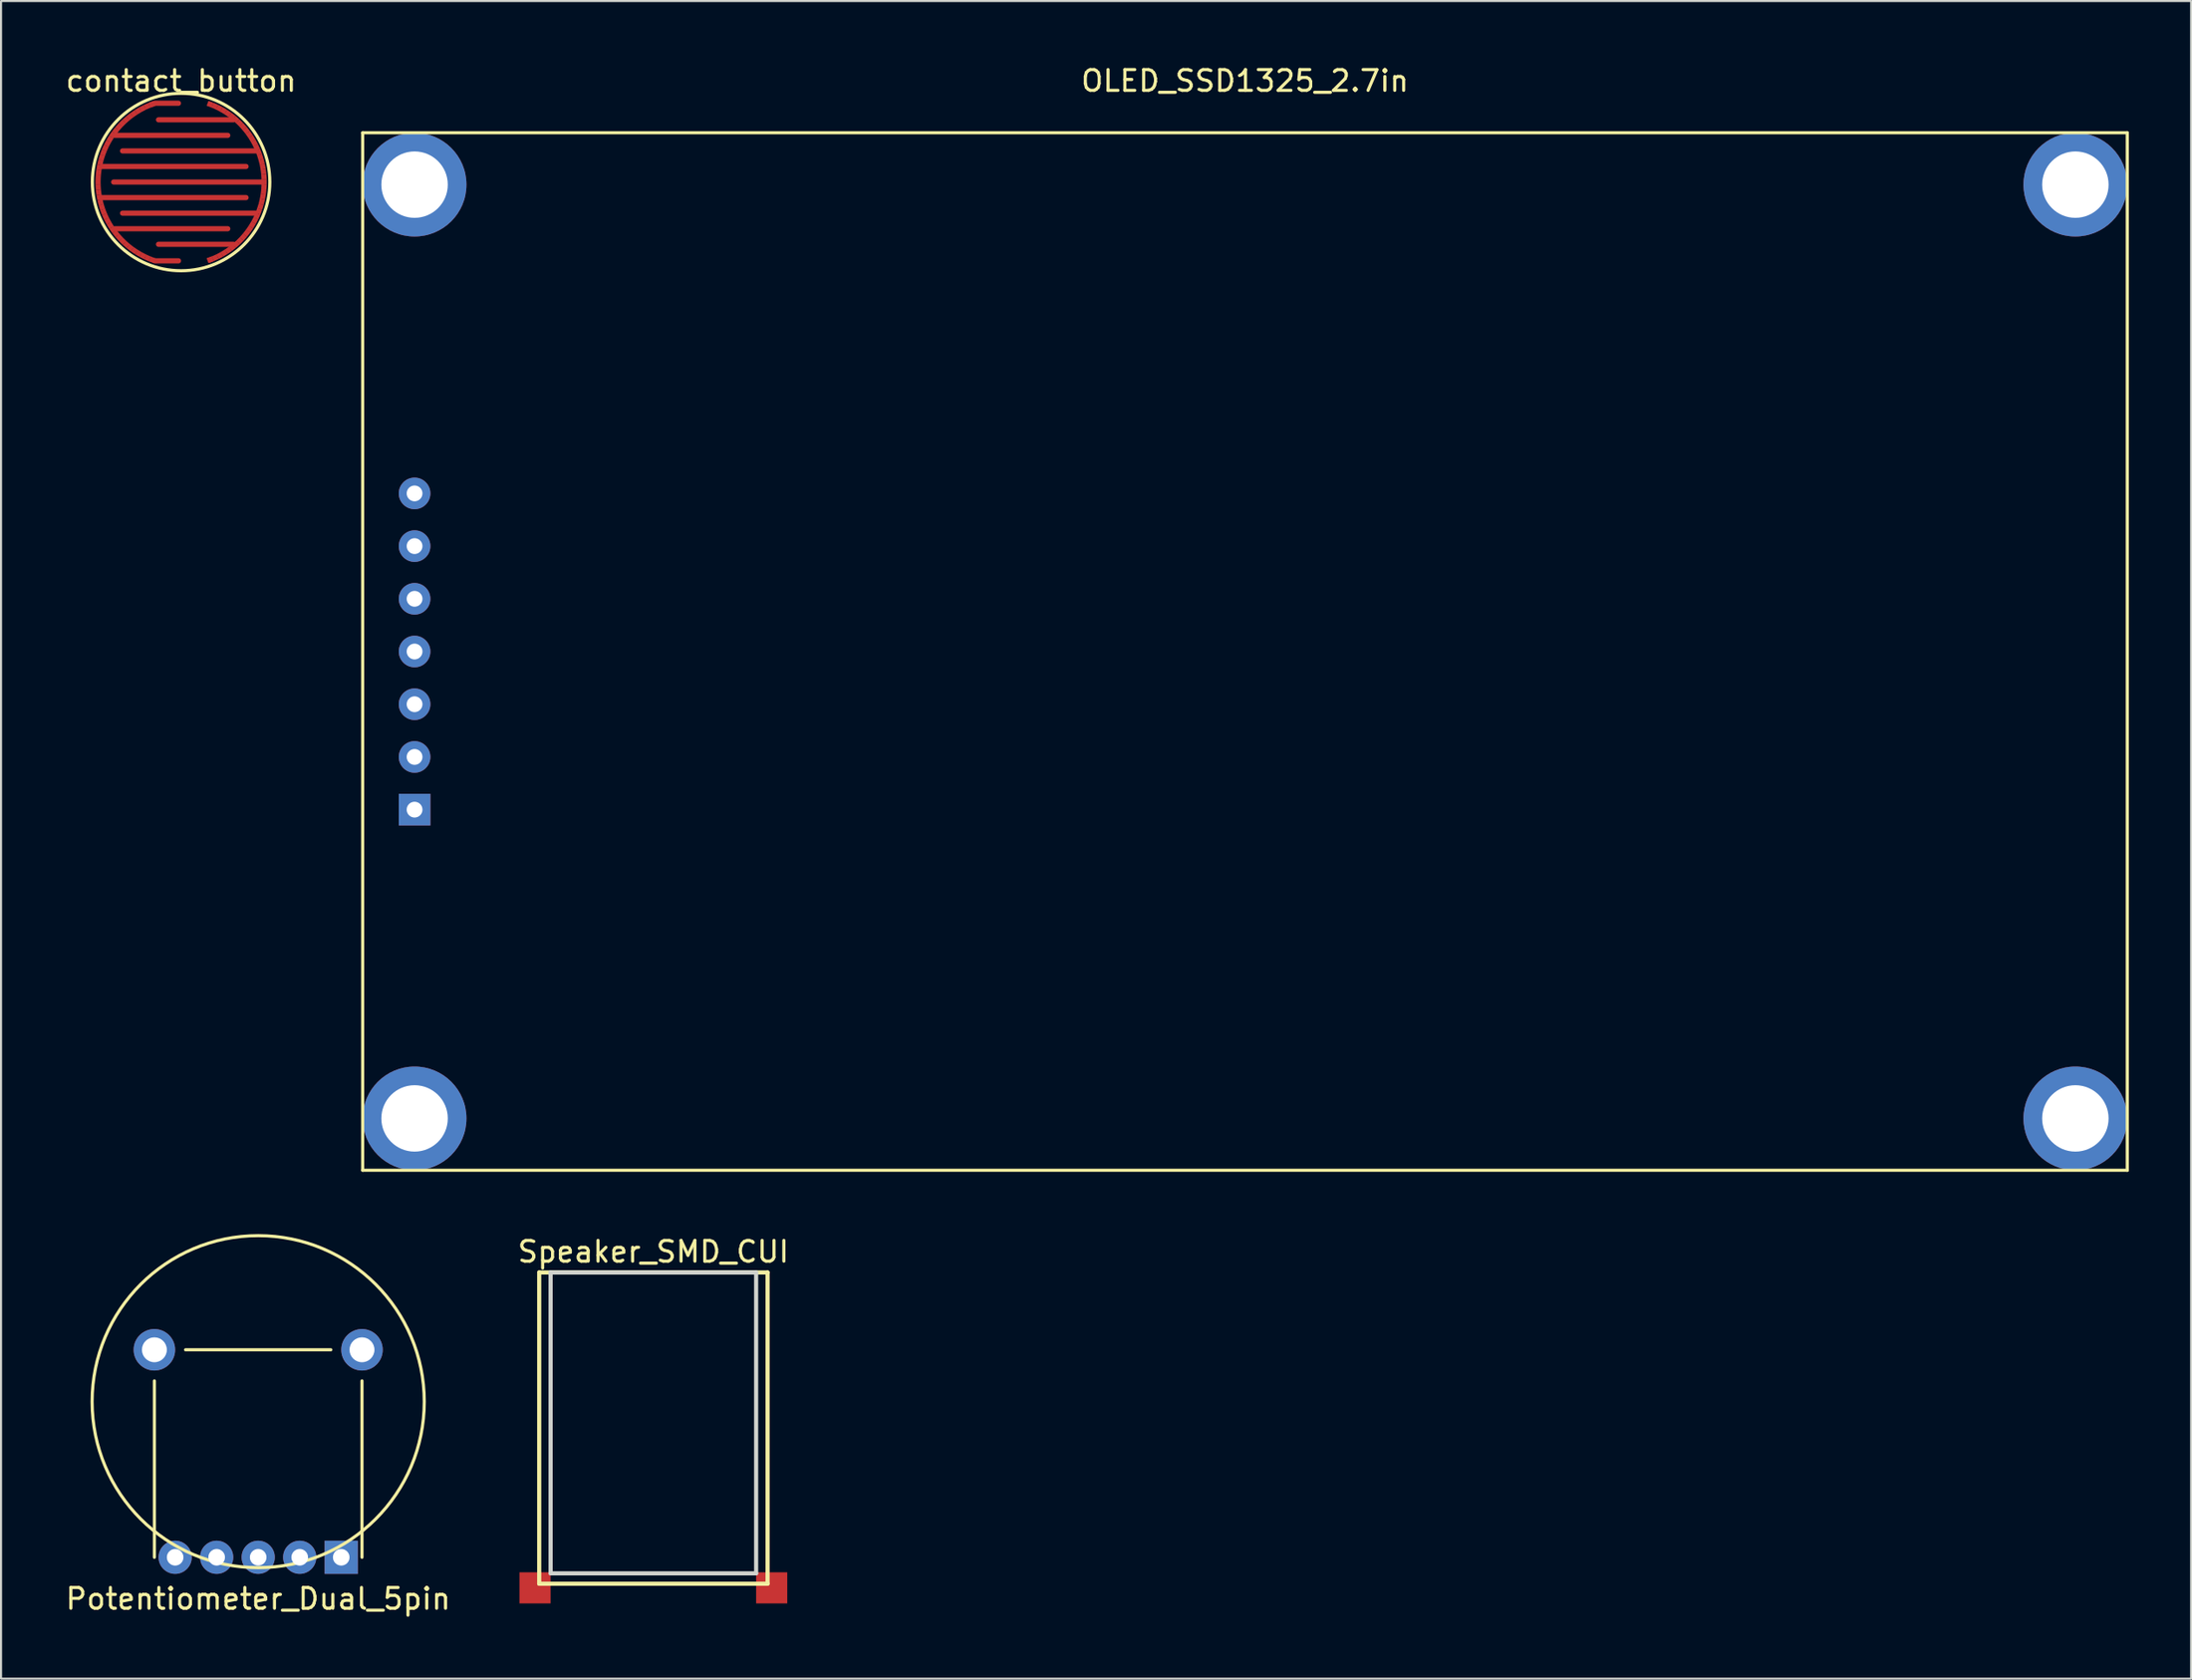
<source format=kicad_pcb>
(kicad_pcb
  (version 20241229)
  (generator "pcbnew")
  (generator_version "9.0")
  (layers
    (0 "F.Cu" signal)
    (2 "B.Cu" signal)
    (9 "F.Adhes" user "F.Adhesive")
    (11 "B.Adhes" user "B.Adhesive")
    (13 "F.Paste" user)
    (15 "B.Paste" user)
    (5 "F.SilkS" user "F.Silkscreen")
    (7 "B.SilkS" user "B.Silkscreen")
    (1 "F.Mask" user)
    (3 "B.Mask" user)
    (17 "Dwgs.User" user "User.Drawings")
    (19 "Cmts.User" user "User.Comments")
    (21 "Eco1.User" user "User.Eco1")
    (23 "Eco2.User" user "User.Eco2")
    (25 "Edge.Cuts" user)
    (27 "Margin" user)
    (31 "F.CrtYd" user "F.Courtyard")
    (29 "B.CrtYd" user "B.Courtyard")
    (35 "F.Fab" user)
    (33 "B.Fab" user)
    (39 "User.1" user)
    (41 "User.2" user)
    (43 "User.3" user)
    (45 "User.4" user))
  (footprint "Speaker_SMD_CUI"
    (layer "F.Cu")
    (at 28.423 58.272)
    (property "Reference" "Speaker_SMD_CUI" (at 0 -1 0) (layer "F.SilkS") (effects (font (size 1 1) (thickness 0.15))))
    (attr through_hole)
    (fp_line (start -5.5 0) (end -5.5 15) (stroke (width 0.2) (type solid)) (layer "F.SilkS"))
    (fp_line (start -5.5 15) (end 5.5 15) (stroke (width 0.2) (type solid)) (layer "F.SilkS"))
    (fp_line (start 5.5 0) (end -5.5 0) (stroke (width 0.2) (type solid)) (layer "F.SilkS"))
    (fp_line (start 5.5 15) (end 5.5 0) (stroke (width 0.2) (type solid)) (layer "F.SilkS"))
    (fp_line (start -4.95 0) (end 4.95 0) (stroke (width 0.2) (type solid)) (layer "Edge.Cuts"))
    (fp_line (start -4.95 14.5) (end -4.95 0) (stroke (width 0.2) (type solid)) (layer "Edge.Cuts"))
    (fp_line (start 4.95 0) (end 4.95 14.5) (stroke (width 0.2) (type solid)) (layer "Edge.Cuts"))
    (fp_line (start 4.95 14.5) (end -4.95 14.5) (stroke (width 0.2) (type solid)) (layer "Edge.Cuts"))
    (pad "1" smd rect (at 5.7 15.2) (size 1.5 1.5) (layers "F.Cu" "F.Mask" "F.Paste"))
    (pad "2" smd rect (at -5.7 15.2) (size 1.5 1.5) (layers "F.Cu" "F.Mask" "F.Paste")))
  (footprint "contact_button"
    (layer "F.Cu")
    (at 5.673 5.723)
    (property "Reference" "contact_button" (at 0 -4.875 0) (layer "F.SilkS") (effects (font (size 1 1) (thickness 0.15))))
    (attr through_hole)
    (fp_circle (center 0 0) (end 0 4.275) (stroke (width 0.15) (type solid)) (fill no) (layer "F.SilkS"))
    (pad "1" smd rect (at -4 0.013 180.186) (size 0.25 0.25) (layers "F.Cu" "F.Mask"))
    (pad "1" smd rect (at -3.993 -0.229 176.714) (size 0.25 0.25) (layers "F.Cu" "F.Mask"))
    (pad "1" smd rect (at -3.992 0.255 183.659) (size 0.25 0.25) (layers "F.Cu" "F.Mask"))
    (pad "1" smd rect (at -3.972 -0.471 173.241) (size 0.25 0.25) (layers "F.Cu" "F.Mask"))
    (pad "1" smd rect (at -3.969 0.497 187.131) (size 0.25 0.25) (layers "F.Cu" "F.Mask"))
    (pad "1" smd rect (at -3.936 -0.71 169.769) (size 0.25 0.25) (layers "F.Cu" "F.Mask"))
    (pad "1" smd rect (at -3.932 0.736 190.604) (size 0.25 0.25) (layers "F.Cu" "F.Mask"))
    (pad "1" smd rect (at -3.886 -0.948 166.297) (size 0.25 0.25) (layers "F.Cu" "F.Mask"))
    (pad "1" smd rect (at -3.88 0.973 194.076) (size 0.25 0.25) (layers "F.Cu" "F.Mask"))
    (pad "1" smd rect (at -3.822 -1.181 162.824) (size 0.25 0.25) (layers "F.Cu" "F.Mask"))
    (pad "1" smd rect (at -3.814 1.206 197.549) (size 0.25 0.25) (layers "F.Cu" "F.Mask"))
    (pad "1" smd rect (at -3.743 -1.411 159.352) (size 0.25 0.25) (layers "F.Cu" "F.Mask"))
    (pad "1" smd rect (at -3.734 1.435 201.021) (size 0.25 0.25) (layers "F.Cu" "F.Mask"))
    (pad "1" smd rect (at -3.651 -1.635 155.879) (size 0.25 0.25) (layers "F.Cu" "F.Mask"))
    (pad "1" smd rect (at -3.64 1.658 204.494) (size 0.25 0.25) (layers "F.Cu" "F.Mask"))
    (pad "1" smd rect (at -3.545 -1.853 152.407) (size 0.25 0.25) (layers "F.Cu" "F.Mask"))
    (pad "1" smd rect (at -3.533 1.876 207.966) (size 0.25 0.25) (layers "F.Cu" "F.Mask"))
    (pad "1" smd rect (at -3.426 -2.064 148.934) (size 0.25 0.25) (layers "F.Cu" "F.Mask"))
    (pad "1" smd rect (at -3.413 2.086 211.439) (size 0.25 0.25) (layers "F.Cu" "F.Mask"))
    (pad "1" smd rect (at -3.295 -2.268 145.462) (size 0.25 0.25) (layers "F.Cu" "F.Mask"))
    (pad "1" smd rect (at -3.28 2.289 214.911) (size 0.25 0.25) (layers "F.Cu" "F.Mask"))
    (pad "1" smd rect (at -3.152 -2.463 141.989) (size 0.25 0.25) (layers "F.Cu" "F.Mask"))
    (pad "1" smd rect (at -3.135 2.484 218.384) (size 0.25 0.25) (layers "F.Cu" "F.Mask"))
    (pad "1" smd rect (at -2.997 -2.65 138.517) (size 0.25 0.25) (layers "F.Cu" "F.Mask"))
    (pad "1" smd rect (at -2.979 2.669 221.856) (size 0.25 0.25) (layers "F.Cu" "F.Mask"))
    (pad "1" smd rect (at -2.831 -2.826 135.044) (size 0.25 0.25) (layers "F.Cu" "F.Mask"))
    (pad "1" smd rect (at -2.812 2.845 225.329) (size 0.25 0.25) (layers "F.Cu" "F.Mask"))
    (pad "1" smd rect (at -2.654 -2.992 131.572) (size 0.25 0.25) (layers "F.Cu" "F.Mask"))
    (pad "1" smd rect (at -2.635 3.01 228.801) (size 0.25 0.25) (layers "F.Cu" "F.Mask"))
    (pad "1" smd rect (at -2.468 -3.148 128.099) (size 0.25 0.25) (layers "F.Cu" "F.Mask"))
    (pad "1" smd rect (at -2.448 3.164 232.274) (size 0.25 0.25) (layers "F.Cu" "F.Mask"))
    (pad "1" smd rect (at -2.273 -3.291 124.627) (size 0.25 0.25) (layers "F.Cu" "F.Mask"))
    (pad "1" smd rect (at -2.251 3.306 235.746) (size 0.25 0.25) (layers "F.Cu" "F.Mask"))
    (pad "1" smd rect (at -2.069 -3.423 121.154) (size 0.25 0.25) (layers "F.Cu" "F.Mask"))
    (pad "1" smd rect (at -2.047 3.436 239.218) (size 0.25 0.25) (layers "F.Cu" "F.Mask"))
    (pad "1" smd rect (at -1.858 -3.542 117.682) (size 0.25 0.25) (layers "F.Cu" "F.Mask"))
    (pad "1" smd rect (at -1.835 3.554 242.691) (size 0.25 0.25) (layers "F.Cu" "F.Mask"))
    (pad "1" smd rect (at -1.64 -3.648 114.209) (size 0.25 0.25) (layers "F.Cu" "F.Mask"))
    (pad "1" smd rect (at -1.617 3.659 246.163) (size 0.25 0.25) (layers "F.Cu" "F.Mask"))
    (pad "1" smd rect (at -1.416 -3.741 110.737) (size 0.25 0.25) (layers "F.Cu" "F.Mask"))
    (pad "1" smd rect (at -1.392 -3.75 110.364) (size 0.25 0.25) (layers "F.Cu" "F.Mask"))
    (pad "1" smd rect (at -1.392 3.75 249.636) (size 0.25 0.25) (layers "F.Cu" "F.Mask"))
    (pad "1" smd oval (at -0.699 -3.797) (size 1.392 0.25) (layers "F.Cu" "F.Mask"))
    (pad "1" smd oval (at -0.696 3.797) (size 1.392 0.25) (layers "F.Cu" "F.Mask"))
    (pad "1" smd oval (at -0.467 -2.25) (size 5.68 0.25) (layers "F.Cu" "F.Mask"))
    (pad "1" smd oval (at -0.467 2.25) (size 5.68 0.25) (layers "F.Cu" "F.Mask"))
    (pad "1" smd oval (at -0.338 -0.75) (size 7.182 0.25) (layers "F.Cu" "F.Mask"))
    (pad "1" smd oval (at -0.338 0.75) (size 7.182 0.25) (layers "F.Cu" "F.Mask"))
    (pad "2" smd oval (at 0.314 0) (size 7.372 0.25) (layers "F.Cu" "F.Mask"))
    (pad "2" smd oval (at 0.382 -1.5) (size 6.652 0.25) (layers "F.Cu" "F.Mask"))
    (pad "2" smd oval (at 0.382 1.5) (size 6.652 0.25) (layers "F.Cu" "F.Mask"))
    (pad "2" smd oval (at 0.717 -3) (size 3.857 0.25) (layers "F.Cu" "F.Mask"))
    (pad "2" smd oval (at 0.717 3) (size 3.857 0.25) (layers "F.Cu" "F.Mask"))
    (pad "2" smd rect (at 1.392 -3.75 69.636) (size 0.25 0.25) (layers "F.Cu" "F.Mask"))
    (pad "2" smd rect (at 1.392 3.75 290.364) (size 0.25 0.25) (layers "F.Cu" "F.Mask"))
    (pad "2" smd rect (at 1.416 3.741 290.737) (size 0.25 0.25) (layers "F.Cu" "F.Mask"))
    (pad "2" smd rect (at 1.617 -3.659 66.163) (size 0.25 0.25) (layers "F.Cu" "F.Mask"))
    (pad "2" smd rect (at 1.64 3.648 294.209) (size 0.25 0.25) (layers "F.Cu" "F.Mask"))
    (pad "2" smd rect (at 1.835 -3.554 62.691) (size 0.25 0.25) (layers "F.Cu" "F.Mask"))
    (pad "2" smd rect (at 1.858 3.542 297.682) (size 0.25 0.25) (layers "F.Cu" "F.Mask"))
    (pad "2" smd rect (at 2.047 -3.436 59.218) (size 0.25 0.25) (layers "F.Cu" "F.Mask"))
    (pad "2" smd rect (at 2.069 3.423 301.154) (size 0.25 0.25) (layers "F.Cu" "F.Mask"))
    (pad "2" smd rect (at 2.251 -3.306 55.746) (size 0.25 0.25) (layers "F.Cu" "F.Mask"))
    (pad "2" smd rect (at 2.273 3.291 304.627) (size 0.25 0.25) (layers "F.Cu" "F.Mask"))
    (pad "2" smd rect (at 2.448 -3.164 52.274) (size 0.25 0.25) (layers "F.Cu" "F.Mask"))
    (pad "2" smd rect (at 2.468 3.148 308.099) (size 0.25 0.25) (layers "F.Cu" "F.Mask"))
    (pad "2" smd rect (at 2.635 -3.01 48.801) (size 0.25 0.25) (layers "F.Cu" "F.Mask"))
    (pad "2" smd rect (at 2.654 2.992 311.572) (size 0.25 0.25) (layers "F.Cu" "F.Mask"))
    (pad "2" smd rect (at 2.812 -2.845 45.329) (size 0.25 0.25) (layers "F.Cu" "F.Mask"))
    (pad "2" smd rect (at 2.831 2.826 315.044) (size 0.25 0.25) (layers "F.Cu" "F.Mask"))
    (pad "2" smd rect (at 2.979 -2.669 41.856) (size 0.25 0.25) (layers "F.Cu" "F.Mask"))
    (pad "2" smd rect (at 2.997 2.65 318.517) (size 0.25 0.25) (layers "F.Cu" "F.Mask"))
    (pad "2" smd rect (at 3.135 -2.484 38.384) (size 0.25 0.25) (layers "F.Cu" "F.Mask"))
    (pad "2" smd rect (at 3.152 2.463 321.989) (size 0.25 0.25) (layers "F.Cu" "F.Mask"))
    (pad "2" smd rect (at 3.28 -2.289 34.911) (size 0.25 0.25) (layers "F.Cu" "F.Mask"))
    (pad "2" smd rect (at 3.295 2.268 325.462) (size 0.25 0.25) (layers "F.Cu" "F.Mask"))
    (pad "2" smd rect (at 3.413 -2.086 31.439) (size 0.25 0.25) (layers "F.Cu" "F.Mask"))
    (pad "2" smd rect (at 3.426 2.064 328.934) (size 0.25 0.25) (layers "F.Cu" "F.Mask"))
    (pad "2" smd rect (at 3.533 -1.876 27.966) (size 0.25 0.25) (layers "F.Cu" "F.Mask"))
    (pad "2" smd rect (at 3.545 1.853 332.407) (size 0.25 0.25) (layers "F.Cu" "F.Mask"))
    (pad "2" smd rect (at 3.64 -1.658 24.494) (size 0.25 0.25) (layers "F.Cu" "F.Mask"))
    (pad "2" smd rect (at 3.651 1.635 335.879) (size 0.25 0.25) (layers "F.Cu" "F.Mask"))
    (pad "2" smd rect (at 3.734 -1.435 21.021) (size 0.25 0.25) (layers "F.Cu" "F.Mask"))
    (pad "2" smd rect (at 3.743 1.411 339.352) (size 0.25 0.25) (layers "F.Cu" "F.Mask"))
    (pad "2" smd rect (at 3.814 -1.206 17.549) (size 0.25 0.25) (layers "F.Cu" "F.Mask"))
    (pad "2" smd rect (at 3.822 1.181 342.824) (size 0.25 0.25) (layers "F.Cu" "F.Mask"))
    (pad "2" smd rect (at 3.88 -0.973 14.076) (size 0.25 0.25) (layers "F.Cu" "F.Mask"))
    (pad "2" smd rect (at 3.886 0.948 346.297) (size 0.25 0.25) (layers "F.Cu" "F.Mask"))
    (pad "2" smd rect (at 3.932 -0.736 10.604) (size 0.25 0.25) (layers "F.Cu" "F.Mask"))
    (pad "2" smd rect (at 3.936 0.71 349.769) (size 0.25 0.25) (layers "F.Cu" "F.Mask"))
    (pad "2" smd rect (at 3.969 -0.497 7.131) (size 0.25 0.25) (layers "F.Cu" "F.Mask"))
    (pad "2" smd rect (at 3.972 0.471 353.241) (size 0.25 0.25) (layers "F.Cu" "F.Mask"))
    (pad "2" smd rect (at 3.992 -0.255 3.659) (size 0.25 0.25) (layers "F.Cu" "F.Mask"))
    (pad "2" smd rect (at 3.993 0.229 356.714) (size 0.25 0.25) (layers "F.Cu" "F.Mask"))
    (pad "2" smd rect (at 4 -0.013 0.186) (size 0.25 0.25) (layers "F.Cu" "F.Mask")))
  (footprint "Potentiometer_Dual_5pin"
    (layer "F.Cu")
    (at 9.387 64.498)
    (property "Reference" "Potentiometer_Dual_5pin" (at 0 9.5 0) (layer "F.SilkS") (effects (font (size 1 1) (thickness 0.15))))
    (attr through_hole)
    (fp_line (start -5 -1) (end -5 7.5) (stroke (width 0.15) (type solid)) (layer "F.SilkS"))
    (fp_line (start -3.5 -2.5) (end 3.5 -2.5) (stroke (width 0.15) (type solid)) (layer "F.SilkS"))
    (fp_line (start 5 -1) (end 5 7.5) (stroke (width 0.15) (type solid)) (layer "F.SilkS"))
    (fp_circle (center 0 0) (end 8 0) (stroke (width 0.15) (type solid)) (fill no) (layer "F.SilkS"))
    (pad "" thru_hole circle (at -5 -2.5) (size 2 2) (drill 1.2) (layers "*.Cu" "*.Mask"))
    (pad "" thru_hole circle (at 5 -2.5) (size 2 2) (drill 1.2) (layers "*.Cu" "*.Mask"))
    (pad "1" thru_hole rect (at 4 7.5) (size 1.6 1.6) (drill 0.8) (layers "*.Cu" "*.Mask"))
    (pad "2" thru_hole circle (at 2 7.5) (size 1.6 1.6) (drill 0.8) (layers "*.Cu" "*.Mask"))
    (pad "3" thru_hole circle (at 0 7.5) (size 1.6 1.6) (drill 0.8) (layers "*.Cu" "*.Mask"))
    (pad "4" thru_hole circle (at -2 7.5) (size 1.6 1.6) (drill 0.8) (layers "*.Cu" "*.Mask"))
    (pad "5" thru_hole circle (at -4 7.5) (size 1.6 1.6) (drill 0.8) (layers "*.Cu" "*.Mask")))
  (footprint "OLED_SSD1325_2.7in"
    (layer "F.Cu")
    (at 56.92 28.348)
    (property "Reference" "OLED_SSD1325_2.7in" (at 0 -27.5 0) (layer "F.SilkS") (effects (font (size 1 1) (thickness 0.15))))
    (attr through_hole)
    (fp_line (start -42.5 -25) (end -42.5 25) (stroke (width 0.15) (type solid)) (layer "F.SilkS"))
    (fp_line (start -42.5 25) (end 42.5 25) (stroke (width 0.15) (type solid)) (layer "F.SilkS"))
    (fp_line (start 42.5 -25) (end -42.5 -25) (stroke (width 0.15) (type solid)) (layer "F.SilkS"))
    (fp_line (start 42.5 25) (end 42.5 -25) (stroke (width 0.15) (type solid)) (layer "F.SilkS"))
    (pad "" thru_hole circle (at -40 -22.5) (size 5 5) (drill 3.2) (layers "*.Cu" "*.Mask"))
    (pad "" thru_hole circle (at -40 22.5) (size 5 5) (drill 3.2) (layers "*.Cu" "*.Mask"))
    (pad "" thru_hole circle (at 40 -22.5) (size 5 5) (drill 3.2) (layers "*.Cu" "*.Mask"))
    (pad "" thru_hole circle (at 40 22.5) (size 5 5) (drill 3.2) (layers "*.Cu" "*.Mask"))
    (pad "1" thru_hole rect (at -40 7.62) (size 1.524 1.524) (drill 0.762) (layers "*.Cu" "*.Mask"))
    (pad "2" thru_hole circle (at -40 5.08) (size 1.524 1.524) (drill 0.762) (layers "*.Cu" "*.Mask"))
    (pad "3" thru_hole circle (at -40 2.54) (size 1.524 1.524) (drill 0.762) (layers "*.Cu" "*.Mask"))
    (pad "4" thru_hole circle (at -40 0) (size 1.524 1.524) (drill 0.762) (layers "*.Cu" "*.Mask"))
    (pad "5" thru_hole circle (at -40 -2.54) (size 1.524 1.524) (drill 0.762) (layers "*.Cu" "*.Mask"))
    (pad "6" thru_hole circle (at -40 -5.08) (size 1.524 1.524) (drill 0.762) (layers "*.Cu" "*.Mask"))
    (pad "7" thru_hole circle (at -40 -7.62) (size 1.524 1.524) (drill 0.762) (layers "*.Cu" "*.Mask")))
  (gr_rect
    (start -3 -3)
    (end 102.495 77.847)
    (stroke (width 0.1) (type default))
    (fill no)
    (layer "Edge.Cuts")))
</source>
